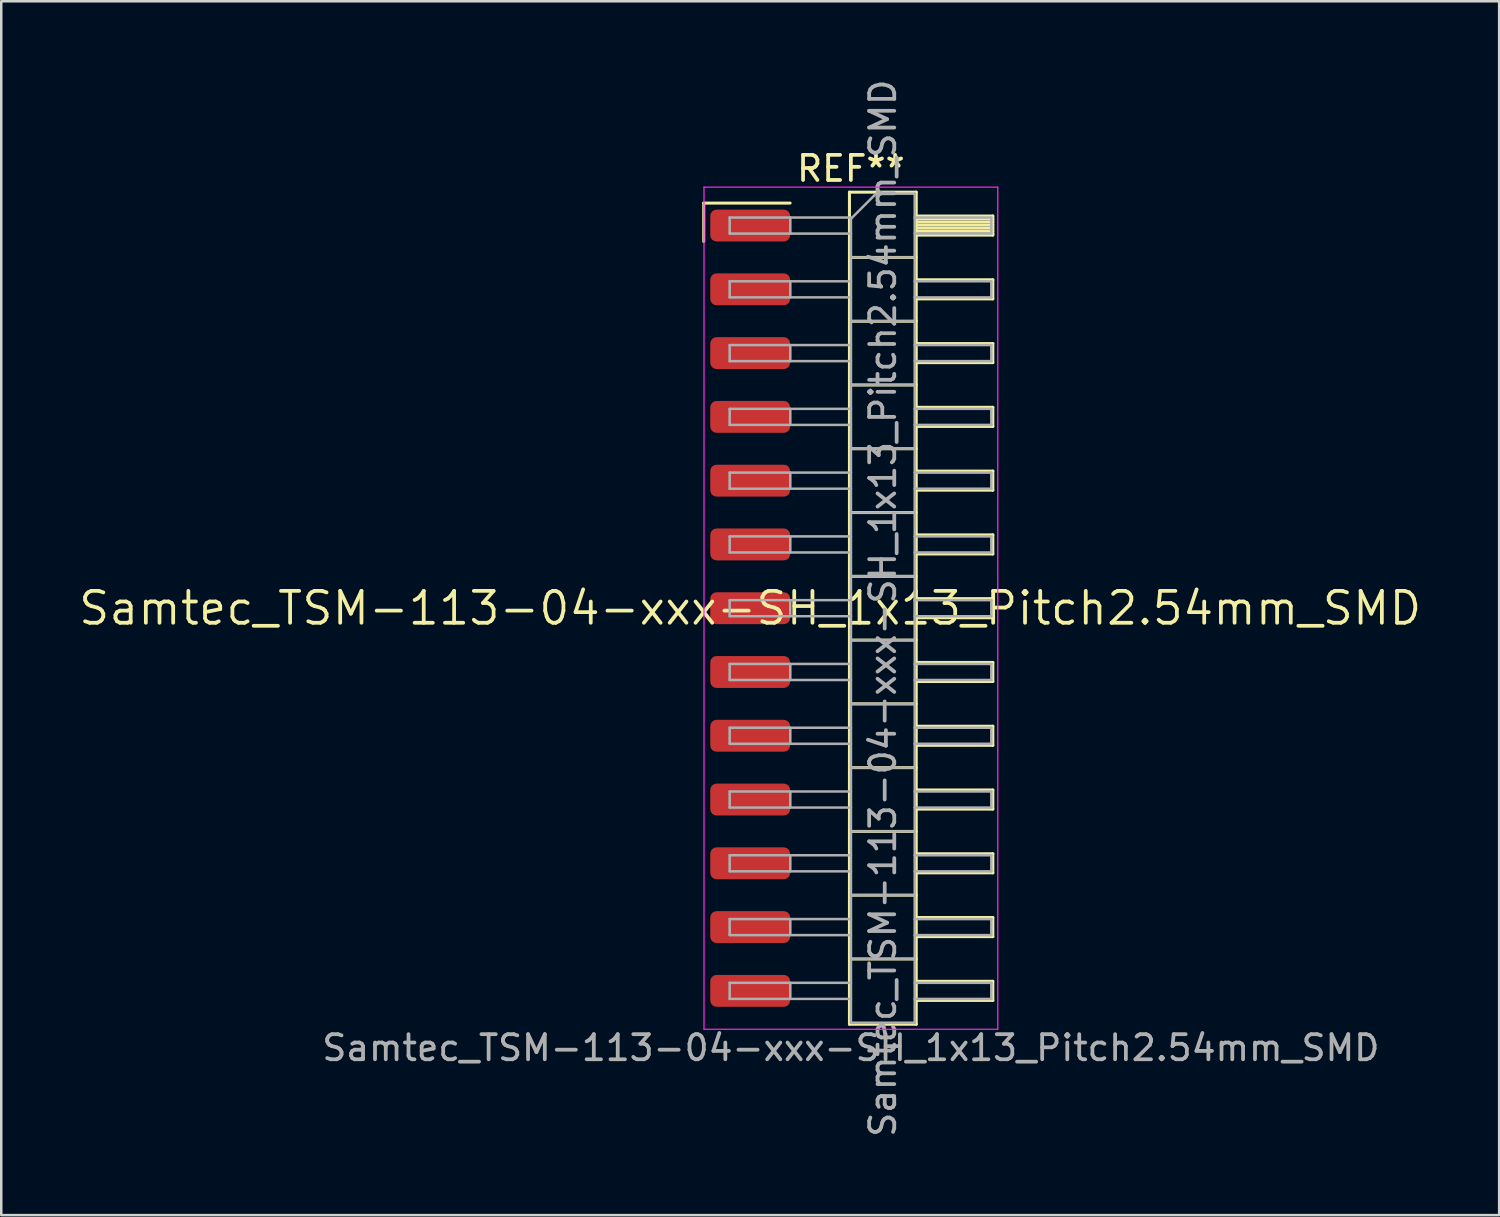
<source format=kicad_pcb>
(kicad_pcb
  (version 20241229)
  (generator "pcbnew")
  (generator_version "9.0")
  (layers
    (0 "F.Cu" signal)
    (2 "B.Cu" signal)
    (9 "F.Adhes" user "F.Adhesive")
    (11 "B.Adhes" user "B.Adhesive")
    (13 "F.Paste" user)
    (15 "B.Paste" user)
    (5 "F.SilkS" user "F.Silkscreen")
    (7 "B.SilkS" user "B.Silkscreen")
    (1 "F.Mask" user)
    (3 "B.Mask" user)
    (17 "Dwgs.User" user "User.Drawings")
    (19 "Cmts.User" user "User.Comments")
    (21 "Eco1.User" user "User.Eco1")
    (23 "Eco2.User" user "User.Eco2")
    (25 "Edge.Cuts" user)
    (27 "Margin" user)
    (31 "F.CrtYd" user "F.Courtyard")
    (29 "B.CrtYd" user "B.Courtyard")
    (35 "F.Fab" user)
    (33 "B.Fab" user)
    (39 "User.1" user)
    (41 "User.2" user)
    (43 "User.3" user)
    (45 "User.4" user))
  (footprint "Samtec_TSM-113-04-xxx-SH_1x13_Pitch2.54mm_SMD"
    (layer "F.Cu")
    (at 26.828 21.173)
    (property "Reference" "Samtec_TSM-113-04-xxx-SH_1x13_Pitch2.54mm_SMD" (at 0 0 0) (layer "F.SilkS") (effects (font (size 1.27 1.27) (thickness 0.15))))
    (attr smd)
    (fp_line (start -1.85 -16.135) (end 1.59 -16.135) (stroke (width 0.12) (type solid)) (layer "F.SilkS"))
    (fp_line (start -1.85 -14.605) (end -1.85 -16.135) (stroke (width 0.12) (type solid)) (layer "F.SilkS"))
    (fp_line (start 3.953 -16.57) (end 6.613 -16.57) (stroke (width 0.12) (type solid)) (layer "F.SilkS"))
    (fp_line (start 3.953 -13.97) (end 6.613 -13.97) (stroke (width 0.12) (type solid)) (layer "F.SilkS"))
    (fp_line (start 3.953 -11.43) (end 6.613 -11.43) (stroke (width 0.12) (type solid)) (layer "F.SilkS"))
    (fp_line (start 3.953 -8.89) (end 6.613 -8.89) (stroke (width 0.12) (type solid)) (layer "F.SilkS"))
    (fp_line (start 3.953 -6.35) (end 6.613 -6.35) (stroke (width 0.12) (type solid)) (layer "F.SilkS"))
    (fp_line (start 3.953 -3.81) (end 6.613 -3.81) (stroke (width 0.12) (type solid)) (layer "F.SilkS"))
    (fp_line (start 3.953 -1.27) (end 6.613 -1.27) (stroke (width 0.12) (type solid)) (layer "F.SilkS"))
    (fp_line (start 3.953 1.27) (end 6.613 1.27) (stroke (width 0.12) (type solid)) (layer "F.SilkS"))
    (fp_line (start 3.953 3.81) (end 6.613 3.81) (stroke (width 0.12) (type solid)) (layer "F.SilkS"))
    (fp_line (start 3.953 6.35) (end 6.613 6.35) (stroke (width 0.12) (type solid)) (layer "F.SilkS"))
    (fp_line (start 3.953 8.89) (end 6.613 8.89) (stroke (width 0.12) (type solid)) (layer "F.SilkS"))
    (fp_line (start 3.953 11.43) (end 6.613 11.43) (stroke (width 0.12) (type solid)) (layer "F.SilkS"))
    (fp_line (start 3.953 13.97) (end 6.613 13.97) (stroke (width 0.12) (type solid)) (layer "F.SilkS"))
    (fp_line (start 3.953 16.57) (end 3.953 -16.57) (stroke (width 0.12) (type solid)) (layer "F.SilkS"))
    (fp_line (start 6.613 -16.57) (end 6.613 16.57) (stroke (width 0.12) (type solid)) (layer "F.SilkS"))
    (fp_line (start 6.613 -15.62) (end 9.663 -15.62) (stroke (width 0.12) (type solid)) (layer "F.SilkS"))
    (fp_line (start 6.613 -15.5) (end 9.663 -15.5) (stroke (width 0.12) (type solid)) (layer "F.SilkS"))
    (fp_line (start 6.613 -15.38) (end 9.663 -15.38) (stroke (width 0.12) (type solid)) (layer "F.SilkS"))
    (fp_line (start 6.613 -15.26) (end 9.663 -15.26) (stroke (width 0.12) (type solid)) (layer "F.SilkS"))
    (fp_line (start 6.613 -15.14) (end 9.663 -15.14) (stroke (width 0.12) (type solid)) (layer "F.SilkS"))
    (fp_line (start 6.613 -15.02) (end 9.663 -15.02) (stroke (width 0.12) (type solid)) (layer "F.SilkS"))
    (fp_line (start 6.613 -14.9) (end 9.663 -14.9) (stroke (width 0.12) (type solid)) (layer "F.SilkS"))
    (fp_line (start 6.613 -14.86) (end 9.663 -14.86) (stroke (width 0.12) (type solid)) (layer "F.SilkS"))
    (fp_line (start 6.613 -13.08) (end 9.663 -13.08) (stroke (width 0.12) (type solid)) (layer "F.SilkS"))
    (fp_line (start 6.613 -12.32) (end 9.663 -12.32) (stroke (width 0.12) (type solid)) (layer "F.SilkS"))
    (fp_line (start 6.613 -10.54) (end 9.663 -10.54) (stroke (width 0.12) (type solid)) (layer "F.SilkS"))
    (fp_line (start 6.613 -9.78) (end 9.663 -9.78) (stroke (width 0.12) (type solid)) (layer "F.SilkS"))
    (fp_line (start 6.613 -8) (end 9.663 -8) (stroke (width 0.12) (type solid)) (layer "F.SilkS"))
    (fp_line (start 6.613 -7.24) (end 9.663 -7.24) (stroke (width 0.12) (type solid)) (layer "F.SilkS"))
    (fp_line (start 6.613 -5.46) (end 9.663 -5.46) (stroke (width 0.12) (type solid)) (layer "F.SilkS"))
    (fp_line (start 6.613 -4.7) (end 9.663 -4.7) (stroke (width 0.12) (type solid)) (layer "F.SilkS"))
    (fp_line (start 6.613 -2.92) (end 9.663 -2.92) (stroke (width 0.12) (type solid)) (layer "F.SilkS"))
    (fp_line (start 6.613 -2.16) (end 9.663 -2.16) (stroke (width 0.12) (type solid)) (layer "F.SilkS"))
    (fp_line (start 6.613 -0.38) (end 9.663 -0.38) (stroke (width 0.12) (type solid)) (layer "F.SilkS"))
    (fp_line (start 6.613 0.38) (end 9.663 0.38) (stroke (width 0.12) (type solid)) (layer "F.SilkS"))
    (fp_line (start 6.613 2.16) (end 9.663 2.16) (stroke (width 0.12) (type solid)) (layer "F.SilkS"))
    (fp_line (start 6.613 2.92) (end 9.663 2.92) (stroke (width 0.12) (type solid)) (layer "F.SilkS"))
    (fp_line (start 6.613 4.7) (end 9.663 4.7) (stroke (width 0.12) (type solid)) (layer "F.SilkS"))
    (fp_line (start 6.613 5.46) (end 9.663 5.46) (stroke (width 0.12) (type solid)) (layer "F.SilkS"))
    (fp_line (start 6.613 7.24) (end 9.663 7.24) (stroke (width 0.12) (type solid)) (layer "F.SilkS"))
    (fp_line (start 6.613 8) (end 9.663 8) (stroke (width 0.12) (type solid)) (layer "F.SilkS"))
    (fp_line (start 6.613 9.78) (end 9.663 9.78) (stroke (width 0.12) (type solid)) (layer "F.SilkS"))
    (fp_line (start 6.613 10.54) (end 9.663 10.54) (stroke (width 0.12) (type solid)) (layer "F.SilkS"))
    (fp_line (start 6.613 12.32) (end 9.663 12.32) (stroke (width 0.12) (type solid)) (layer "F.SilkS"))
    (fp_line (start 6.613 13.08) (end 9.663 13.08) (stroke (width 0.12) (type solid)) (layer "F.SilkS"))
    (fp_line (start 6.613 14.86) (end 9.663 14.86) (stroke (width 0.12) (type solid)) (layer "F.SilkS"))
    (fp_line (start 6.613 15.62) (end 9.663 15.62) (stroke (width 0.12) (type solid)) (layer "F.SilkS"))
    (fp_line (start 6.613 16.57) (end 3.953 16.57) (stroke (width 0.12) (type solid)) (layer "F.SilkS"))
    (fp_line (start 9.663 -15.62) (end 9.663 -14.86) (stroke (width 0.12) (type solid)) (layer "F.SilkS"))
    (fp_line (start 9.663 -13.08) (end 9.663 -12.32) (stroke (width 0.12) (type solid)) (layer "F.SilkS"))
    (fp_line (start 9.663 -10.54) (end 9.663 -9.78) (stroke (width 0.12) (type solid)) (layer "F.SilkS"))
    (fp_line (start 9.663 -8) (end 9.663 -7.24) (stroke (width 0.12) (type solid)) (layer "F.SilkS"))
    (fp_line (start 9.663 -5.46) (end 9.663 -4.7) (stroke (width 0.12) (type solid)) (layer "F.SilkS"))
    (fp_line (start 9.663 -2.92) (end 9.663 -2.16) (stroke (width 0.12) (type solid)) (layer "F.SilkS"))
    (fp_line (start 9.663 -0.38) (end 9.663 0.38) (stroke (width 0.12) (type solid)) (layer "F.SilkS"))
    (fp_line (start 9.663 2.16) (end 9.663 2.92) (stroke (width 0.12) (type solid)) (layer "F.SilkS"))
    (fp_line (start 9.663 4.7) (end 9.663 5.46) (stroke (width 0.12) (type solid)) (layer "F.SilkS"))
    (fp_line (start 9.663 7.24) (end 9.663 8) (stroke (width 0.12) (type solid)) (layer "F.SilkS"))
    (fp_line (start 9.663 9.78) (end 9.663 10.54) (stroke (width 0.12) (type solid)) (layer "F.SilkS"))
    (fp_line (start 9.663 12.32) (end 9.663 13.08) (stroke (width 0.12) (type solid)) (layer "F.SilkS"))
    (fp_line (start 9.663 14.86) (end 9.663 15.62) (stroke (width 0.12) (type solid)) (layer "F.SilkS"))
    (fp_line (start -1.84 -16.77) (end 9.86 -16.77) (stroke (width 0.05) (type solid)) (layer "F.CrtYd"))
    (fp_line (start -1.84 16.77) (end -1.84 -16.77) (stroke (width 0.05) (type solid)) (layer "F.CrtYd"))
    (fp_line (start 9.86 -16.77) (end 9.86 16.77) (stroke (width 0.05) (type solid)) (layer "F.CrtYd"))
    (fp_line (start 9.86 16.77) (end -1.84 16.77) (stroke (width 0.05) (type solid)) (layer "F.CrtYd"))
    (fp_line (start -0.817 -15.56) (end -0.817 -14.92) (stroke (width 0.1) (type solid)) (layer "F.Fab"))
    (fp_line (start -0.817 -15.56) (end 4.013 -15.56) (stroke (width 0.1) (type solid)) (layer "F.Fab"))
    (fp_line (start -0.817 -14.92) (end 4.013 -14.92) (stroke (width 0.1) (type solid)) (layer "F.Fab"))
    (fp_line (start -0.817 -13.02) (end -0.817 -12.38) (stroke (width 0.1) (type solid)) (layer "F.Fab"))
    (fp_line (start -0.817 -13.02) (end 4.013 -13.02) (stroke (width 0.1) (type solid)) (layer "F.Fab"))
    (fp_line (start -0.817 -12.38) (end 4.013 -12.38) (stroke (width 0.1) (type solid)) (layer "F.Fab"))
    (fp_line (start -0.817 -10.48) (end -0.817 -9.84) (stroke (width 0.1) (type solid)) (layer "F.Fab"))
    (fp_line (start -0.817 -10.48) (end 4.013 -10.48) (stroke (width 0.1) (type solid)) (layer "F.Fab"))
    (fp_line (start -0.817 -9.84) (end 4.013 -9.84) (stroke (width 0.1) (type solid)) (layer "F.Fab"))
    (fp_line (start -0.817 -7.94) (end -0.817 -7.3) (stroke (width 0.1) (type solid)) (layer "F.Fab"))
    (fp_line (start -0.817 -7.94) (end 4.013 -7.94) (stroke (width 0.1) (type solid)) (layer "F.Fab"))
    (fp_line (start -0.817 -7.3) (end 4.013 -7.3) (stroke (width 0.1) (type solid)) (layer "F.Fab"))
    (fp_line (start -0.817 -5.4) (end -0.817 -4.76) (stroke (width 0.1) (type solid)) (layer "F.Fab"))
    (fp_line (start -0.817 -5.4) (end 4.013 -5.4) (stroke (width 0.1) (type solid)) (layer "F.Fab"))
    (fp_line (start -0.817 -4.76) (end 4.013 -4.76) (stroke (width 0.1) (type solid)) (layer "F.Fab"))
    (fp_line (start -0.817 -2.86) (end -0.817 -2.22) (stroke (width 0.1) (type solid)) (layer "F.Fab"))
    (fp_line (start -0.817 -2.86) (end 4.013 -2.86) (stroke (width 0.1) (type solid)) (layer "F.Fab"))
    (fp_line (start -0.817 -2.22) (end 4.013 -2.22) (stroke (width 0.1) (type solid)) (layer "F.Fab"))
    (fp_line (start -0.817 -0.32) (end -0.817 0.32) (stroke (width 0.1) (type solid)) (layer "F.Fab"))
    (fp_line (start -0.817 -0.32) (end 4.013 -0.32) (stroke (width 0.1) (type solid)) (layer "F.Fab"))
    (fp_line (start -0.817 0.32) (end 4.013 0.32) (stroke (width 0.1) (type solid)) (layer "F.Fab"))
    (fp_line (start -0.817 2.22) (end -0.817 2.86) (stroke (width 0.1) (type solid)) (layer "F.Fab"))
    (fp_line (start -0.817 2.22) (end 4.013 2.22) (stroke (width 0.1) (type solid)) (layer "F.Fab"))
    (fp_line (start -0.817 2.86) (end 4.013 2.86) (stroke (width 0.1) (type solid)) (layer "F.Fab"))
    (fp_line (start -0.817 4.76) (end -0.817 5.4) (stroke (width 0.1) (type solid)) (layer "F.Fab"))
    (fp_line (start -0.817 4.76) (end 4.013 4.76) (stroke (width 0.1) (type solid)) (layer "F.Fab"))
    (fp_line (start -0.817 5.4) (end 4.013 5.4) (stroke (width 0.1) (type solid)) (layer "F.Fab"))
    (fp_line (start -0.817 7.3) (end -0.817 7.94) (stroke (width 0.1) (type solid)) (layer "F.Fab"))
    (fp_line (start -0.817 7.3) (end 4.013 7.3) (stroke (width 0.1) (type solid)) (layer "F.Fab"))
    (fp_line (start -0.817 7.94) (end 4.013 7.94) (stroke (width 0.1) (type solid)) (layer "F.Fab"))
    (fp_line (start -0.817 9.84) (end -0.817 10.48) (stroke (width 0.1) (type solid)) (layer "F.Fab"))
    (fp_line (start -0.817 9.84) (end 4.013 9.84) (stroke (width 0.1) (type solid)) (layer "F.Fab"))
    (fp_line (start -0.817 10.48) (end 4.013 10.48) (stroke (width 0.1) (type solid)) (layer "F.Fab"))
    (fp_line (start -0.817 12.38) (end -0.817 13.02) (stroke (width 0.1) (type solid)) (layer "F.Fab"))
    (fp_line (start -0.817 12.38) (end 4.013 12.38) (stroke (width 0.1) (type solid)) (layer "F.Fab"))
    (fp_line (start -0.817 13.02) (end 4.013 13.02) (stroke (width 0.1) (type solid)) (layer "F.Fab"))
    (fp_line (start -0.817 14.92) (end -0.817 15.56) (stroke (width 0.1) (type solid)) (layer "F.Fab"))
    (fp_line (start -0.817 14.92) (end 4.013 14.92) (stroke (width 0.1) (type solid)) (layer "F.Fab"))
    (fp_line (start -0.817 15.56) (end 4.013 15.56) (stroke (width 0.1) (type solid)) (layer "F.Fab"))
    (fp_line (start 1.598 -15.56) (end 1.598 -14.92) (stroke (width 0.1) (type solid)) (layer "F.Fab"))
    (fp_line (start 1.598 -13.02) (end 1.598 -12.38) (stroke (width 0.1) (type solid)) (layer "F.Fab"))
    (fp_line (start 1.598 -10.48) (end 1.598 -9.84) (stroke (width 0.1) (type solid)) (layer "F.Fab"))
    (fp_line (start 1.598 -7.94) (end 1.598 -7.3) (stroke (width 0.1) (type solid)) (layer "F.Fab"))
    (fp_line (start 1.598 -5.4) (end 1.598 -4.76) (stroke (width 0.1) (type solid)) (layer "F.Fab"))
    (fp_line (start 1.598 -2.86) (end 1.598 -2.22) (stroke (width 0.1) (type solid)) (layer "F.Fab"))
    (fp_line (start 1.598 -0.32) (end 1.598 0.32) (stroke (width 0.1) (type solid)) (layer "F.Fab"))
    (fp_line (start 1.598 2.22) (end 1.598 2.86) (stroke (width 0.1) (type solid)) (layer "F.Fab"))
    (fp_line (start 1.598 4.76) (end 1.598 5.4) (stroke (width 0.1) (type solid)) (layer "F.Fab"))
    (fp_line (start 1.598 7.3) (end 1.598 7.94) (stroke (width 0.1) (type solid)) (layer "F.Fab"))
    (fp_line (start 1.598 9.84) (end 1.598 10.48) (stroke (width 0.1) (type solid)) (layer "F.Fab"))
    (fp_line (start 1.598 12.38) (end 1.598 13.02) (stroke (width 0.1) (type solid)) (layer "F.Fab"))
    (fp_line (start 1.598 14.92) (end 1.598 15.56) (stroke (width 0.1) (type solid)) (layer "F.Fab"))
    (fp_line (start 4.013 -15.51) (end 5.013 -16.51) (stroke (width 0.1) (type solid)) (layer "F.Fab"))
    (fp_line (start 4.013 -13.97) (end 6.553 -13.97) (stroke (width 0.1) (type solid)) (layer "F.Fab"))
    (fp_line (start 4.013 -11.43) (end 6.553 -11.43) (stroke (width 0.1) (type solid)) (layer "F.Fab"))
    (fp_line (start 4.013 -8.89) (end 6.553 -8.89) (stroke (width 0.1) (type solid)) (layer "F.Fab"))
    (fp_line (start 4.013 -6.35) (end 6.553 -6.35) (stroke (width 0.1) (type solid)) (layer "F.Fab"))
    (fp_line (start 4.013 -3.81) (end 6.553 -3.81) (stroke (width 0.1) (type solid)) (layer "F.Fab"))
    (fp_line (start 4.013 -1.27) (end 6.553 -1.27) (stroke (width 0.1) (type solid)) (layer "F.Fab"))
    (fp_line (start 4.013 1.27) (end 6.553 1.27) (stroke (width 0.1) (type solid)) (layer "F.Fab"))
    (fp_line (start 4.013 3.81) (end 6.553 3.81) (stroke (width 0.1) (type solid)) (layer "F.Fab"))
    (fp_line (start 4.013 6.35) (end 6.553 6.35) (stroke (width 0.1) (type solid)) (layer "F.Fab"))
    (fp_line (start 4.013 8.89) (end 6.553 8.89) (stroke (width 0.1) (type solid)) (layer "F.Fab"))
    (fp_line (start 4.013 11.43) (end 6.553 11.43) (stroke (width 0.1) (type solid)) (layer "F.Fab"))
    (fp_line (start 4.013 13.97) (end 6.553 13.97) (stroke (width 0.1) (type solid)) (layer "F.Fab"))
    (fp_line (start 4.013 16.51) (end 4.013 -15.51) (stroke (width 0.1) (type solid)) (layer "F.Fab"))
    (fp_line (start 5.013 -16.51) (end 6.553 -16.51) (stroke (width 0.1) (type solid)) (layer "F.Fab"))
    (fp_line (start 6.553 -16.51) (end 6.553 16.51) (stroke (width 0.1) (type solid)) (layer "F.Fab"))
    (fp_line (start 6.553 -15.56) (end 9.603 -15.56) (stroke (width 0.1) (type solid)) (layer "F.Fab"))
    (fp_line (start 6.553 -14.92) (end 9.603 -14.92) (stroke (width 0.1) (type solid)) (layer "F.Fab"))
    (fp_line (start 6.553 -13.02) (end 9.603 -13.02) (stroke (width 0.1) (type solid)) (layer "F.Fab"))
    (fp_line (start 6.553 -12.38) (end 9.603 -12.38) (stroke (width 0.1) (type solid)) (layer "F.Fab"))
    (fp_line (start 6.553 -10.48) (end 9.603 -10.48) (stroke (width 0.1) (type solid)) (layer "F.Fab"))
    (fp_line (start 6.553 -9.84) (end 9.603 -9.84) (stroke (width 0.1) (type solid)) (layer "F.Fab"))
    (fp_line (start 6.553 -7.94) (end 9.603 -7.94) (stroke (width 0.1) (type solid)) (layer "F.Fab"))
    (fp_line (start 6.553 -7.3) (end 9.603 -7.3) (stroke (width 0.1) (type solid)) (layer "F.Fab"))
    (fp_line (start 6.553 -5.4) (end 9.603 -5.4) (stroke (width 0.1) (type solid)) (layer "F.Fab"))
    (fp_line (start 6.553 -4.76) (end 9.603 -4.76) (stroke (width 0.1) (type solid)) (layer "F.Fab"))
    (fp_line (start 6.553 -2.86) (end 9.603 -2.86) (stroke (width 0.1) (type solid)) (layer "F.Fab"))
    (fp_line (start 6.553 -2.22) (end 9.603 -2.22) (stroke (width 0.1) (type solid)) (layer "F.Fab"))
    (fp_line (start 6.553 -0.32) (end 9.603 -0.32) (stroke (width 0.1) (type solid)) (layer "F.Fab"))
    (fp_line (start 6.553 0.32) (end 9.603 0.32) (stroke (width 0.1) (type solid)) (layer "F.Fab"))
    (fp_line (start 6.553 2.22) (end 9.603 2.22) (stroke (width 0.1) (type solid)) (layer "F.Fab"))
    (fp_line (start 6.553 2.86) (end 9.603 2.86) (stroke (width 0.1) (type solid)) (layer "F.Fab"))
    (fp_line (start 6.553 4.76) (end 9.603 4.76) (stroke (width 0.1) (type solid)) (layer "F.Fab"))
    (fp_line (start 6.553 5.4) (end 9.603 5.4) (stroke (width 0.1) (type solid)) (layer "F.Fab"))
    (fp_line (start 6.553 7.3) (end 9.603 7.3) (stroke (width 0.1) (type solid)) (layer "F.Fab"))
    (fp_line (start 6.553 7.94) (end 9.603 7.94) (stroke (width 0.1) (type solid)) (layer "F.Fab"))
    (fp_line (start 6.553 9.84) (end 9.603 9.84) (stroke (width 0.1) (type solid)) (layer "F.Fab"))
    (fp_line (start 6.553 10.48) (end 9.603 10.48) (stroke (width 0.1) (type solid)) (layer "F.Fab"))
    (fp_line (start 6.553 12.38) (end 9.603 12.38) (stroke (width 0.1) (type solid)) (layer "F.Fab"))
    (fp_line (start 6.553 13.02) (end 9.603 13.02) (stroke (width 0.1) (type solid)) (layer "F.Fab"))
    (fp_line (start 6.553 14.92) (end 9.603 14.92) (stroke (width 0.1) (type solid)) (layer "F.Fab"))
    (fp_line (start 6.553 15.56) (end 9.603 15.56) (stroke (width 0.1) (type solid)) (layer "F.Fab"))
    (fp_line (start 6.553 16.51) (end 4.013 16.51) (stroke (width 0.1) (type solid)) (layer "F.Fab"))
    (fp_line (start 9.603 -15.56) (end 9.603 -14.92) (stroke (width 0.1) (type solid)) (layer "F.Fab"))
    (fp_line (start 9.603 -13.02) (end 9.603 -12.38) (stroke (width 0.1) (type solid)) (layer "F.Fab"))
    (fp_line (start 9.603 -10.48) (end 9.603 -9.84) (stroke (width 0.1) (type solid)) (layer "F.Fab"))
    (fp_line (start 9.603 -7.94) (end 9.603 -7.3) (stroke (width 0.1) (type solid)) (layer "F.Fab"))
    (fp_line (start 9.603 -5.4) (end 9.603 -4.76) (stroke (width 0.1) (type solid)) (layer "F.Fab"))
    (fp_line (start 9.603 -2.86) (end 9.603 -2.22) (stroke (width 0.1) (type solid)) (layer "F.Fab"))
    (fp_line (start 9.603 -0.32) (end 9.603 0.32) (stroke (width 0.1) (type solid)) (layer "F.Fab"))
    (fp_line (start 9.603 2.22) (end 9.603 2.86) (stroke (width 0.1) (type solid)) (layer "F.Fab"))
    (fp_line (start 9.603 4.76) (end 9.603 5.4) (stroke (width 0.1) (type solid)) (layer "F.Fab"))
    (fp_line (start 9.603 7.3) (end 9.603 7.94) (stroke (width 0.1) (type solid)) (layer "F.Fab"))
    (fp_line (start 9.603 9.84) (end 9.603 10.48) (stroke (width 0.1) (type solid)) (layer "F.Fab"))
    (fp_line (start 9.603 12.38) (end 9.603 13.02) (stroke (width 0.1) (type solid)) (layer "F.Fab"))
    (fp_line (start 9.603 14.92) (end 9.603 15.56) (stroke (width 0.1) (type solid)) (layer "F.Fab"))
    (fp_text user "REF**" (at 4.01 -17.51 0) (layer "F.SilkS") (effects (font (size 1 1) (thickness 0.15))))
    (fp_text user "Samtec_TSM-113-04-xxx-SH_1x13_Pitch2.54mm_SMD" (at 4.01 17.51 0) (layer "F.Fab") (effects (font (size 1 1) (thickness 0.15))))
    (fp_text user "${REFERENCE}" (at 5.283 0 90) (layer "F.Fab") (effects (font (size 1 1) (thickness 0.15))))
    (pad "1" smd roundrect (at 0 -15.24) (size 3.18 1.27) (layers "F.Cu" "F.Mask" "F.Paste") (roundrect_rratio 0.197))
    (pad "2" smd roundrect (at 0 -12.7) (size 3.18 1.27) (layers "F.Cu" "F.Mask" "F.Paste") (roundrect_rratio 0.197))
    (pad "3" smd roundrect (at 0 -10.16) (size 3.18 1.27) (layers "F.Cu" "F.Mask" "F.Paste") (roundrect_rratio 0.197))
    (pad "4" smd roundrect (at 0 -7.62) (size 3.18 1.27) (layers "F.Cu" "F.Mask" "F.Paste") (roundrect_rratio 0.197))
    (pad "5" smd roundrect (at 0 -5.08) (size 3.18 1.27) (layers "F.Cu" "F.Mask" "F.Paste") (roundrect_rratio 0.197))
    (pad "6" smd roundrect (at 0 -2.54) (size 3.18 1.27) (layers "F.Cu" "F.Mask" "F.Paste") (roundrect_rratio 0.197))
    (pad "7" smd roundrect (at 0 0) (size 3.18 1.27) (layers "F.Cu" "F.Mask" "F.Paste") (roundrect_rratio 0.197))
    (pad "8" smd roundrect (at 0 2.54) (size 3.18 1.27) (layers "F.Cu" "F.Mask" "F.Paste") (roundrect_rratio 0.197))
    (pad "9" smd roundrect (at 0 5.08) (size 3.18 1.27) (layers "F.Cu" "F.Mask" "F.Paste") (roundrect_rratio 0.197))
    (pad "10" smd roundrect (at 0 7.62) (size 3.18 1.27) (layers "F.Cu" "F.Mask" "F.Paste") (roundrect_rratio 0.197))
    (pad "11" smd roundrect (at 0 10.16) (size 3.18 1.27) (layers "F.Cu" "F.Mask" "F.Paste") (roundrect_rratio 0.197))
    (pad "12" smd roundrect (at 0 12.7) (size 3.18 1.27) (layers "F.Cu" "F.Mask" "F.Paste") (roundrect_rratio 0.197))
    (pad "13" smd roundrect (at 0 15.24) (size 3.18 1.27) (layers "F.Cu" "F.Mask" "F.Paste") (roundrect_rratio 0.197)))
  (gr_rect
    (start -3 -3)
    (end 56.657 45.345)
    (stroke (width 0.1) (type default))
    (fill no)
    (layer "Edge.Cuts")))
</source>
